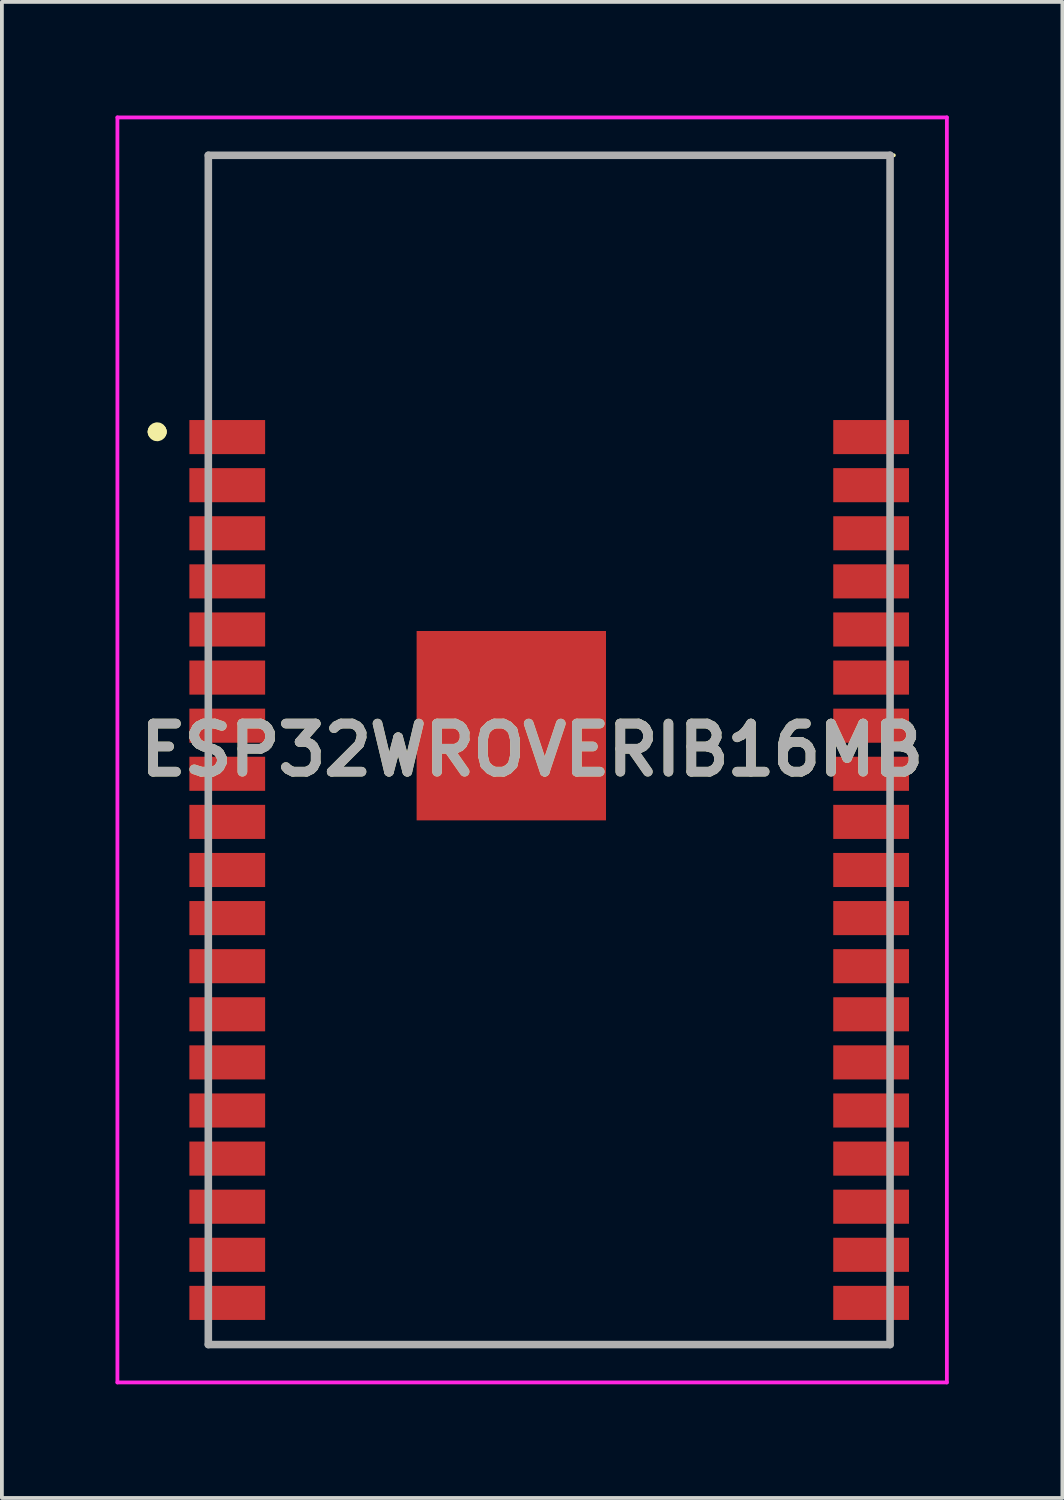
<source format=kicad_pcb>
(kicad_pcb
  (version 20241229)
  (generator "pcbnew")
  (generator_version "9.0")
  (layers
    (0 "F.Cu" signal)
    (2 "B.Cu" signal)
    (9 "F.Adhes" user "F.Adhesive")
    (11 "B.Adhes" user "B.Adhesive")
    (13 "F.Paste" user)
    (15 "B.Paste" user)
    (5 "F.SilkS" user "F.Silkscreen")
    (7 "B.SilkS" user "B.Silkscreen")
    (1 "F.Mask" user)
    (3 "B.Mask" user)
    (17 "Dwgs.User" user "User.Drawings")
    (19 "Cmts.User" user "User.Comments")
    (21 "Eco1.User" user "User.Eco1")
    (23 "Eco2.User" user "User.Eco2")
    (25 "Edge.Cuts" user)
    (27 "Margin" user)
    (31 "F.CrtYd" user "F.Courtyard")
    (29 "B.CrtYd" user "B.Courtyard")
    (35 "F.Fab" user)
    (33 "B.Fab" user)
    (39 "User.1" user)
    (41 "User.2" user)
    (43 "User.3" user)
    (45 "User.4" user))
  (footprint "ESP32WROVERIB16MB"
    (layer "F.Cu")
    (at 10.8 16.75)
    (property "Reference" "ESP32WROVERIB16MB" (at 0.2 0 0) (layer "F.SilkS") (effects (font (size 1.27 1.27) (thickness 0.254))))
    (attr smd)
    (fp_line (start -9.75 -8.4) (end -9.75 -8.4) (stroke (width 0.4) (type solid)) (layer "F.SilkS"))
    (fp_line (start -9.65 -8.4) (end -9.65 -8.4) (stroke (width 0.4) (type solid)) (layer "F.SilkS"))
    (fp_line (start -8.35 -15.7) (end 9.75 -15.7) (stroke (width 0.1) (type solid)) (layer "F.SilkS"))
    (fp_line (start -8.35 -9) (end -8.35 -15.7) (stroke (width 0.1) (type solid)) (layer "F.SilkS"))
    (fp_line (start -8.35 15.7) (end -8.35 15.2) (stroke (width 0.1) (type solid)) (layer "F.SilkS"))
    (fp_line (start 9.65 -15.7) (end 9.65 -9.2) (stroke (width 0.1) (type solid)) (layer "F.SilkS"))
    (fp_line (start 9.65 15.2) (end 9.65 15.7) (stroke (width 0.1) (type solid)) (layer "F.SilkS"))
    (fp_line (start 9.65 15.7) (end -8.35 15.7) (stroke (width 0.1) (type solid)) (layer "F.SilkS"))
    (fp_arc (start -9.75 -8.4) (mid -9.7 -8.45) (end -9.65 -8.4) (stroke (width 0.4) (type solid)) (layer "F.SilkS"))
    (fp_arc (start -9.65 -8.4) (mid -9.7 -8.35) (end -9.75 -8.4) (stroke (width 0.4) (type solid)) (layer "F.SilkS"))
    (fp_line (start -10.75 -16.7) (end 11.15 -16.7) (stroke (width 0.1) (type solid)) (layer "F.CrtYd"))
    (fp_line (start -10.75 16.7) (end -10.75 -16.7) (stroke (width 0.1) (type solid)) (layer "F.CrtYd"))
    (fp_line (start 11.15 -16.7) (end 11.15 16.7) (stroke (width 0.1) (type solid)) (layer "F.CrtYd"))
    (fp_line (start 11.15 16.7) (end -10.75 16.7) (stroke (width 0.1) (type solid)) (layer "F.CrtYd"))
    (fp_line (start -8.35 -15.7) (end 9.65 -15.7) (stroke (width 0.2) (type solid)) (layer "F.Fab"))
    (fp_line (start -8.35 15.7) (end -8.35 -15.7) (stroke (width 0.2) (type solid)) (layer "F.Fab"))
    (fp_line (start 9.65 -15.7) (end 9.65 15.7) (stroke (width 0.2) (type solid)) (layer "F.Fab"))
    (fp_line (start 9.65 15.7) (end -8.35 15.7) (stroke (width 0.2) (type solid)) (layer "F.Fab"))
    (fp_text user "${REFERENCE}" (at 0.2 0 0) (layer "F.Fab") (effects (font (size 1.27 1.27) (thickness 0.254))))
    (pad "1" smd rect (at -7.85 -8.26 90) (size 0.9 2) (layers "F.Cu" "F.Mask" "F.Paste"))
    (pad "2" smd rect (at -7.85 -6.99 90) (size 0.9 2) (layers "F.Cu" "F.Mask" "F.Paste"))
    (pad "3" smd rect (at -7.85 -5.72 90) (size 0.9 2) (layers "F.Cu" "F.Mask" "F.Paste"))
    (pad "4" smd rect (at -7.85 -4.45 90) (size 0.9 2) (layers "F.Cu" "F.Mask" "F.Paste"))
    (pad "5" smd rect (at -7.85 -3.18 90) (size 0.9 2) (layers "F.Cu" "F.Mask" "F.Paste"))
    (pad "6" smd rect (at -7.85 -1.91 90) (size 0.9 2) (layers "F.Cu" "F.Mask" "F.Paste"))
    (pad "7" smd rect (at -7.85 -0.64 90) (size 0.9 2) (layers "F.Cu" "F.Mask" "F.Paste"))
    (pad "8" smd rect (at -7.85 0.63 90) (size 0.9 2) (layers "F.Cu" "F.Mask" "F.Paste"))
    (pad "9" smd rect (at -7.85 1.9 90) (size 0.9 2) (layers "F.Cu" "F.Mask" "F.Paste"))
    (pad "10" smd rect (at -7.85 3.17 90) (size 0.9 2) (layers "F.Cu" "F.Mask" "F.Paste"))
    (pad "11" smd rect (at -7.85 4.44 90) (size 0.9 2) (layers "F.Cu" "F.Mask" "F.Paste"))
    (pad "12" smd rect (at -7.85 5.71 90) (size 0.9 2) (layers "F.Cu" "F.Mask" "F.Paste"))
    (pad "13" smd rect (at -7.85 6.98 90) (size 0.9 2) (layers "F.Cu" "F.Mask" "F.Paste"))
    (pad "14" smd rect (at -7.85 8.25 90) (size 0.9 2) (layers "F.Cu" "F.Mask" "F.Paste"))
    (pad "15" smd rect (at -7.85 9.52 90) (size 0.9 2) (layers "F.Cu" "F.Mask" "F.Paste"))
    (pad "16" smd rect (at -7.85 10.79 90) (size 0.9 2) (layers "F.Cu" "F.Mask" "F.Paste"))
    (pad "17" smd rect (at -7.85 12.06 90) (size 0.9 2) (layers "F.Cu" "F.Mask" "F.Paste"))
    (pad "18" smd rect (at -7.85 13.33 90) (size 0.9 2) (layers "F.Cu" "F.Mask" "F.Paste"))
    (pad "19" smd rect (at -7.85 14.6 90) (size 0.9 2) (layers "F.Cu" "F.Mask" "F.Paste"))
    (pad "20" smd rect (at 9.15 14.6 90) (size 0.9 2) (layers "F.Cu" "F.Mask" "F.Paste"))
    (pad "21" smd rect (at 9.15 13.33 90) (size 0.9 2) (layers "F.Cu" "F.Mask" "F.Paste"))
    (pad "22" smd rect (at 9.15 12.06 90) (size 0.9 2) (layers "F.Cu" "F.Mask" "F.Paste"))
    (pad "23" smd rect (at 9.15 10.79 90) (size 0.9 2) (layers "F.Cu" "F.Mask" "F.Paste"))
    (pad "24" smd rect (at 9.15 9.52 90) (size 0.9 2) (layers "F.Cu" "F.Mask" "F.Paste"))
    (pad "25" smd rect (at 9.15 8.25 90) (size 0.9 2) (layers "F.Cu" "F.Mask" "F.Paste"))
    (pad "26" smd rect (at 9.15 6.98 90) (size 0.9 2) (layers "F.Cu" "F.Mask" "F.Paste"))
    (pad "27" smd rect (at 9.15 5.71 90) (size 0.9 2) (layers "F.Cu" "F.Mask" "F.Paste"))
    (pad "28" smd rect (at 9.15 4.44 90) (size 0.9 2) (layers "F.Cu" "F.Mask" "F.Paste"))
    (pad "29" smd rect (at 9.15 3.17 90) (size 0.9 2) (layers "F.Cu" "F.Mask" "F.Paste"))
    (pad "30" smd rect (at 9.15 1.9 90) (size 0.9 2) (layers "F.Cu" "F.Mask" "F.Paste"))
    (pad "31" smd rect (at 9.15 0.63 90) (size 0.9 2) (layers "F.Cu" "F.Mask" "F.Paste"))
    (pad "32" smd rect (at 9.15 -0.64 90) (size 0.9 2) (layers "F.Cu" "F.Mask" "F.Paste"))
    (pad "33" smd rect (at 9.15 -1.91 90) (size 0.9 2) (layers "F.Cu" "F.Mask" "F.Paste"))
    (pad "34" smd rect (at 9.15 -3.18 90) (size 0.9 2) (layers "F.Cu" "F.Mask" "F.Paste"))
    (pad "35" smd rect (at 9.15 -4.45 90) (size 0.9 2) (layers "F.Cu" "F.Mask" "F.Paste"))
    (pad "36" smd rect (at 9.15 -5.72 90) (size 0.9 2) (layers "F.Cu" "F.Mask" "F.Paste"))
    (pad "37" smd rect (at 9.15 -6.99 90) (size 0.9 2) (layers "F.Cu" "F.Mask" "F.Paste"))
    (pad "38" smd rect (at 9.15 -8.26 90) (size 0.9 2) (layers "F.Cu" "F.Mask" "F.Paste"))
    (pad "39" smd rect (at -0.35 -0.64 90) (size 5 5) (layers "F.Cu" "F.Mask" "F.Paste")))
  (gr_rect
    (start -3 -3)
    (end 25 36.5)
    (stroke (width 0.1) (type default))
    (fill no)
    (layer "Edge.Cuts")))
</source>
